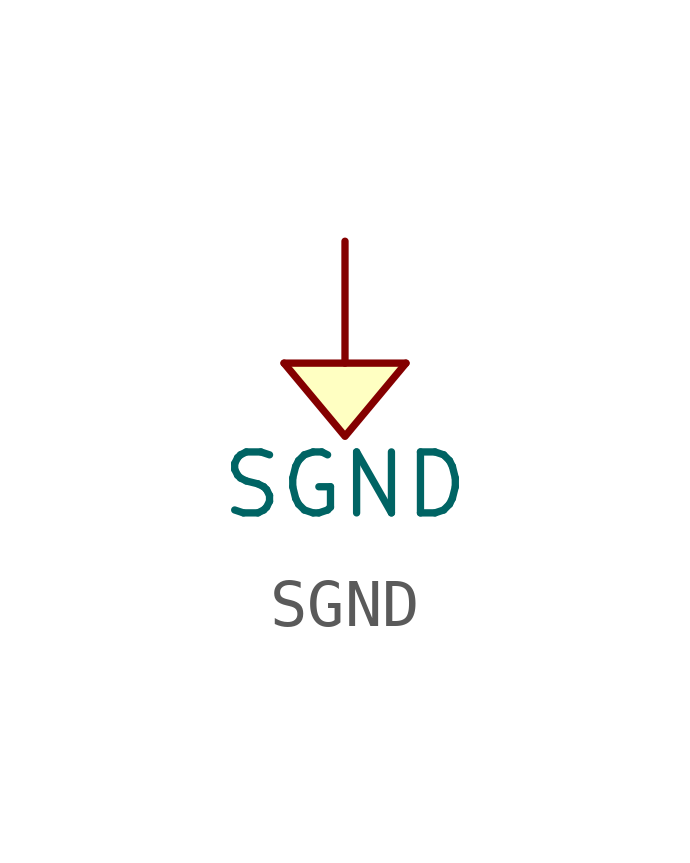
<source format=kicad_sym>
(kicad_symbol_lib
  (version 20231120)
  (generator "kicad_symbol_editor")
  (generator_version "8.0")
  (symbol "SGND"
    (power)
    (pin_numbers hide)
    (pin_names
      (offset 0) hide)
    (property "Reference" "#PWR"
      (at 0 -4.318 0)
      (effects (font (size 1.27 1.27)) (hide yes)))
    (property "Value" "SGND"
      (at 0 -2.54 0)
      (effects (font (size 1.27 1.27))))
    (property "Footprint" ""
      (at 0 2.54 0)
      (effects (font (size 1.524 1.524))))
    (property "Datasheet" ""
      (at -0.508 -2.286 0)
      (effects (font (size 1.524 1.524))))
    (symbol "SGND_0_1"
      (polyline (pts (xy 0 0) (xy 1.27 0)) (stroke (width 0) (type default)) (fill (type none)))
      (polyline (pts (xy -1.27 0) (xy 0 -1.524) (xy 1.27 0)) (stroke (width 0) (type default)) (fill (type background)))
      (polyline (pts (xy 0 2.54) (xy 0 0) (xy -1.27 0)) (stroke (width 0) (type default)) (fill (type none))))
    (symbol "SGND_1_1"
      (pin power_in line (at 0 2.54 90) (length 0) hide (name "SGND" (effects (font (size 1.27 1.27)))) (number "1" (effects (font (size 1.27 1.27))))))))
</source>
